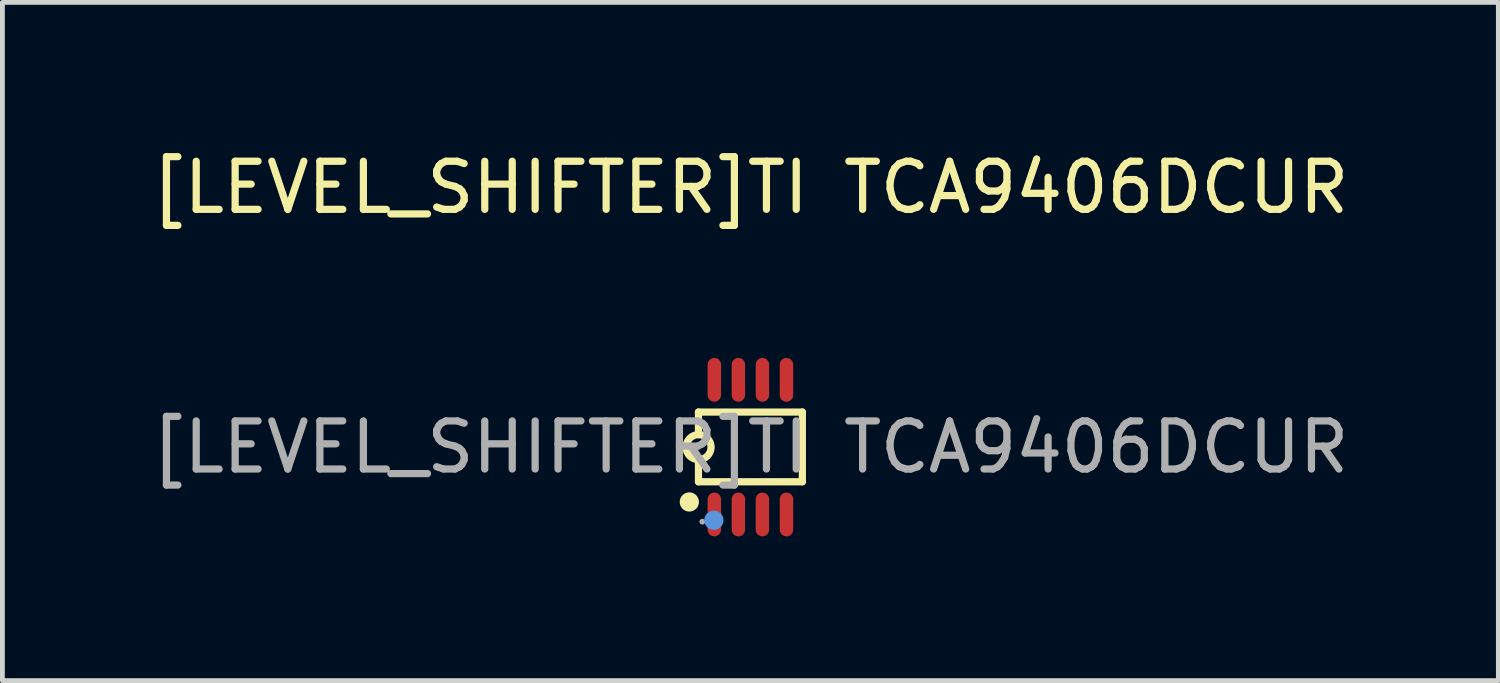
<source format=kicad_pcb>
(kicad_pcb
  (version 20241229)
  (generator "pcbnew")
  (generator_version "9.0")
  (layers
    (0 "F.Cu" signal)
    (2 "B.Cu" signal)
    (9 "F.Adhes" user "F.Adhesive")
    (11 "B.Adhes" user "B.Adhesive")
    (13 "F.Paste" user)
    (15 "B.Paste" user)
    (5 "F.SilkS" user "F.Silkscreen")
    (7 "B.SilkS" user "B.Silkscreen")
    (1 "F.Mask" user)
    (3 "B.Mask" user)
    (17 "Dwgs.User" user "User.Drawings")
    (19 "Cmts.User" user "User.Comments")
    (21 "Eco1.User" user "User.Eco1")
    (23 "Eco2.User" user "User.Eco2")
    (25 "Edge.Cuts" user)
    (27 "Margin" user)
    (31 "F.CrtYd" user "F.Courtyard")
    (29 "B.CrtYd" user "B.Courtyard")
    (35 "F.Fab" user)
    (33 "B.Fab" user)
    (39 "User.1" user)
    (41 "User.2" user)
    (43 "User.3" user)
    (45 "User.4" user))
  (footprint "[LEVEL_SHIFTER]TI TCA9406DCUR"
    (layer "F.Cu")
    (at 12.554 6.248)
    (property "Reference" "[LEVEL_SHIFTER]TI TCA9406DCUR" (at 0 -5.4 0) (layer "F.SilkS") (effects (font (size 1 1) (thickness 0.15))))
    (attr smd)
    (fp_line (start -1.08 -0.73) (end 1.08 -0.73) (stroke (width 0.15) (type solid)) (layer "F.SilkS"))
    (fp_line (start -1.08 -0.26) (end -1.08 -0.73) (stroke (width 0.15) (type solid)) (layer "F.SilkS"))
    (fp_line (start -1.08 0.25) (end -1.08 0.72) (stroke (width 0.15) (type solid)) (layer "F.SilkS"))
    (fp_line (start 1.08 -0.73) (end 1.08 0.72) (stroke (width 0.15) (type solid)) (layer "F.SilkS"))
    (fp_line (start 1.08 0.72) (end -1.08 0.72) (stroke (width 0.15) (type solid)) (layer "F.SilkS"))
    (fp_arc (start -1.075462 -0.25996) (mid -1.082269 0.25999) (end -1.08 -0.26) (stroke (width 0.15) (type solid)) (layer "F.SilkS"))
    (fp_circle (center -1.27 1.14) (end -1.17 1.14) (stroke (width 0.2) (type solid)) (fill no) (layer "F.SilkS"))
    (fp_circle (center -0.76 1.52) (end -0.66 1.52) (stroke (width 0.2) (type solid)) (fill no) (layer "Cmts.User"))
    (fp_circle (center -1 1.55) (end -0.97 1.55) (stroke (width 0.06) (type solid)) (fill no) (layer "F.Fab"))
    (fp_text user "${REFERENCE}" (at 0 0 0) (layer "F.Fab") (effects (font (size 1 1) (thickness 0.15))))
    (pad "1" smd oval (at -0.75 1.4) (size 0.28 0.91) (layers "F.Cu" "F.Mask" "F.Paste"))
    (pad "2" smd oval (at -0.25 1.4) (size 0.28 0.91) (layers "F.Cu" "F.Mask" "F.Paste"))
    (pad "3" smd oval (at 0.25 1.4) (size 0.28 0.91) (layers "F.Cu" "F.Mask" "F.Paste"))
    (pad "4" smd oval (at 0.75 1.4) (size 0.28 0.91) (layers "F.Cu" "F.Mask" "F.Paste"))
    (pad "5" smd oval (at 0.75 -1.4) (size 0.28 0.91) (layers "F.Cu" "F.Mask" "F.Paste"))
    (pad "6" smd oval (at 0.25 -1.4) (size 0.28 0.91) (layers "F.Cu" "F.Mask" "F.Paste"))
    (pad "7" smd oval (at -0.25 -1.4) (size 0.28 0.91) (layers "F.Cu" "F.Mask" "F.Paste"))
    (pad "8" smd oval (at -0.75 -1.4) (size 0.28 0.91) (layers "F.Cu" "F.Mask" "F.Paste")))
  (gr_rect
    (start -3 -3)
    (end 28.107 11.103)
    (stroke (width 0.1) (type default))
    (fill no)
    (layer "Edge.Cuts")))
</source>
